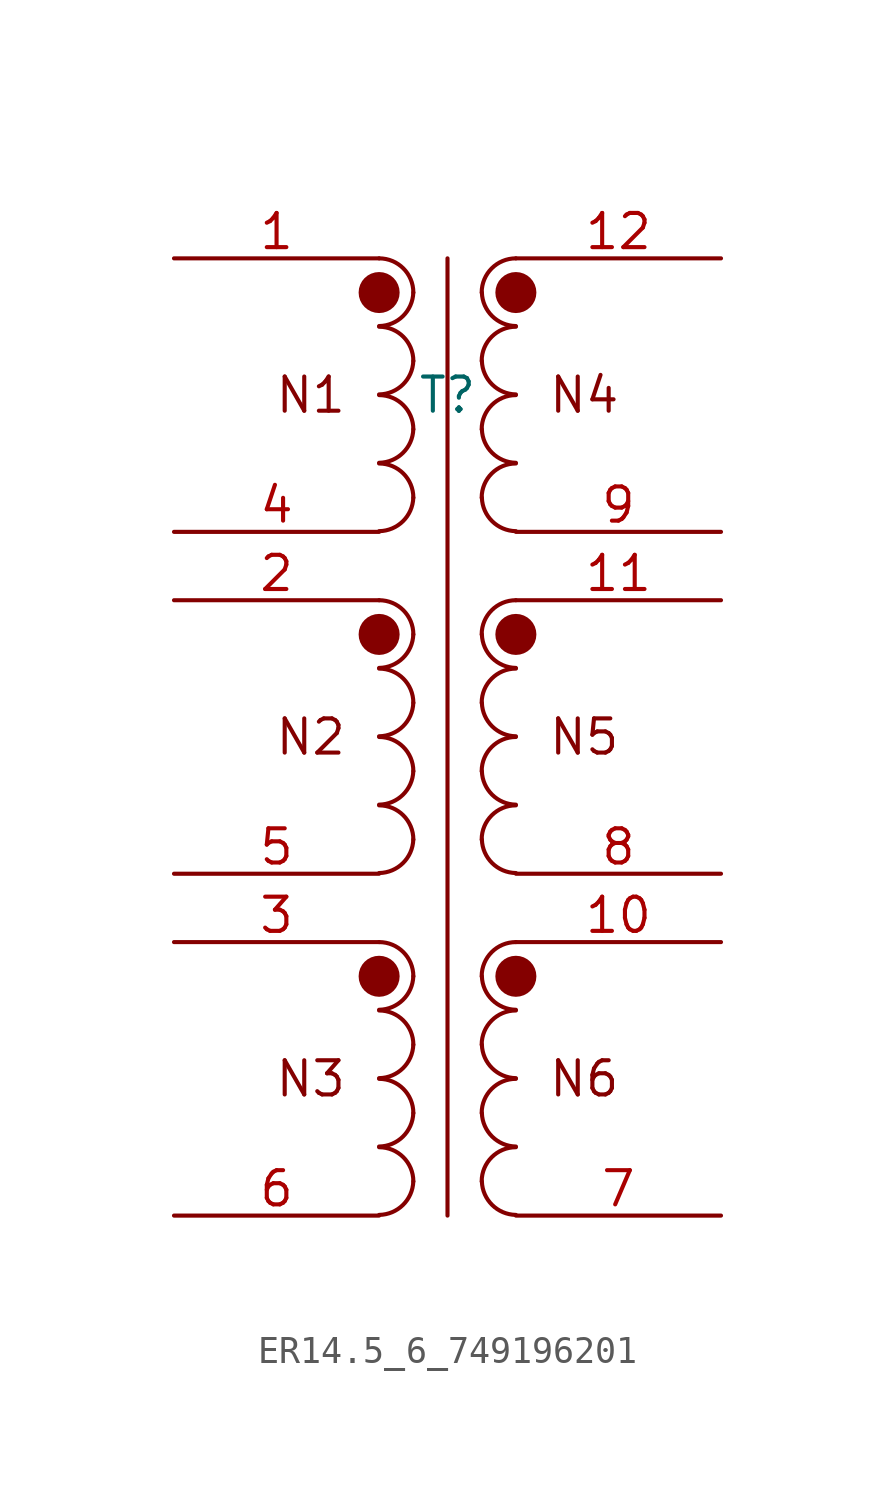
<source format=kicad_sym>
(kicad_symbol_lib
  (version 20220914)
  (generator kicad_symbol_editor)
  (symbol "ER14.5_6_749196201"
    (pin_names hide)
    (property "Reference" "T"
      (at 0 12.7 0)
      (effects (font (size 1.27 1.27))))
    (property "Critical Parameter" ""
      (at 0 -5.08 0)
      (effects (font (size 1.27 1.27)) (justify left)))
    (symbol "ER14.5_6_749196201_0_1"
      (arc (start -2.54 -17.7546) (mid -1.6561 -17.3863) (end -1.27 -16.51) (stroke (width 0) (type default)) (fill (type none)))
      (arc (start -2.54 -15.2146) (mid -1.6561 -14.8463) (end -1.27 -13.97) (stroke (width 0) (type default)) (fill (type none)))
      (arc (start -2.54 -12.6746) (mid -1.6561 -12.3063) (end -1.27 -11.43) (stroke (width 0) (type default)) (fill (type none)))
      (arc (start -2.54 -10.1346) (mid -1.6561 -9.7663) (end -1.27 -8.89) (stroke (width 0) (type default)) (fill (type none)))
      (arc (start -2.54 -5.0546) (mid -1.6561 -4.6863) (end -1.27 -3.81) (stroke (width 0) (type default)) (fill (type none)))
      (arc (start -2.54 -2.5146) (mid -1.6561 -2.1463) (end -1.27 -1.27) (stroke (width 0) (type default)) (fill (type none)))
      (arc (start -2.54 0.0254) (mid -1.6561 0.3937) (end -1.27 1.27) (stroke (width 0) (type default)) (fill (type none)))
      (arc (start -2.54 2.5654) (mid -1.6561 2.9337) (end -1.27 3.81) (stroke (width 0) (type default)) (fill (type none)))
      (arc (start -2.54 7.6454) (mid -1.6561 8.0137) (end -1.27 8.89) (stroke (width 0) (type default)) (fill (type none)))
      (arc (start -2.54 10.1854) (mid -1.6561 10.5537) (end -1.27 11.43) (stroke (width 0) (type default)) (fill (type none)))
      (arc (start -2.54 12.7254) (mid -1.6561 13.0937) (end -1.27 13.97) (stroke (width 0) (type default)) (fill (type none)))
      (arc (start -2.54 15.2654) (mid -1.6561 15.6337) (end -1.27 16.51) (stroke (width 0) (type default)) (fill (type none)))
      (arc (start -1.27 -16.51) (mid -1.642 -15.612) (end -2.54 -15.24) (stroke (width 0) (type default)) (fill (type none)))
      (arc (start -1.27 -13.97) (mid -1.642 -13.072) (end -2.54 -12.7) (stroke (width 0) (type default)) (fill (type none)))
      (arc (start -1.27 -11.43) (mid -1.642 -10.532) (end -2.54 -10.16) (stroke (width 0) (type default)) (fill (type none)))
      (arc (start -1.27 -8.89) (mid -1.642 -7.992) (end -2.54 -7.62) (stroke (width 0) (type default)) (fill (type none)))
      (arc (start -1.27 -3.81) (mid -1.642 -2.912) (end -2.54 -2.54) (stroke (width 0) (type default)) (fill (type none)))
      (arc (start -1.27 -1.27) (mid -1.642 -0.372) (end -2.54 0) (stroke (width 0) (type default)) (fill (type none)))
      (arc (start -1.27 1.27) (mid -1.642 2.168) (end -2.54 2.54) (stroke (width 0) (type default)) (fill (type none)))
      (arc (start -1.27 3.81) (mid -1.642 4.708) (end -2.54 5.08) (stroke (width 0) (type default)) (fill (type none)))
      (arc (start -1.27 8.89) (mid -1.642 9.788) (end -2.54 10.16) (stroke (width 0) (type default)) (fill (type none)))
      (arc (start -1.27 11.43) (mid -1.642 12.328) (end -2.54 12.7) (stroke (width 0) (type default)) (fill (type none)))
      (arc (start -1.27 13.97) (mid -1.642 14.868) (end -2.54 15.24) (stroke (width 0) (type default)) (fill (type none)))
      (arc (start -1.27 16.51) (mid -1.642 17.408) (end -2.54 17.78) (stroke (width 0) (type default)) (fill (type none)))
      (polyline (pts (xy 0 -17.78) (xy 0 17.78)) (stroke (width 0) (type default)) (fill (type none)))
      (arc (start 1.27 -16.51) (mid 1.6561 -17.3863) (end 2.54 -17.7546) (stroke (width 0) (type default)) (fill (type none)))
      (arc (start 1.27 -13.97) (mid 1.6561 -14.8463) (end 2.54 -15.2146) (stroke (width 0) (type default)) (fill (type none)))
      (arc (start 1.27 -11.43) (mid 1.6561 -12.3063) (end 2.54 -12.6746) (stroke (width 0) (type default)) (fill (type none)))
      (arc (start 1.27 -8.89) (mid 1.6561 -9.7663) (end 2.54 -10.1346) (stroke (width 0) (type default)) (fill (type none)))
      (arc (start 1.27 -3.81) (mid 1.6561 -4.6863) (end 2.54 -5.0546) (stroke (width 0) (type default)) (fill (type none)))
      (arc (start 1.27 -1.27) (mid 1.6561 -2.1463) (end 2.54 -2.5146) (stroke (width 0) (type default)) (fill (type none)))
      (arc (start 1.27 1.27) (mid 1.6561 0.3937) (end 2.54 0.0254) (stroke (width 0) (type default)) (fill (type none)))
      (arc (start 1.27 3.81) (mid 1.6561 2.9337) (end 2.54 2.5654) (stroke (width 0) (type default)) (fill (type none)))
      (arc (start 1.27 8.89) (mid 1.6561 8.0137) (end 2.54 7.6454) (stroke (width 0) (type default)) (fill (type none)))
      (arc (start 1.27 11.43) (mid 1.6561 10.5537) (end 2.54 10.1854) (stroke (width 0) (type default)) (fill (type none)))
      (arc (start 1.27 13.97) (mid 1.6561 13.0937) (end 2.54 12.7254) (stroke (width 0) (type default)) (fill (type none)))
      (arc (start 1.27 16.51) (mid 1.6561 15.6337) (end 2.54 15.2654) (stroke (width 0) (type default)) (fill (type none)))
      (arc (start 2.54 -15.24) (mid 1.642 -15.612) (end 1.27 -16.51) (stroke (width 0) (type default)) (fill (type none)))
      (arc (start 2.54 -12.7) (mid 1.642 -13.072) (end 1.27 -13.97) (stroke (width 0) (type default)) (fill (type none)))
      (arc (start 2.54 -10.16) (mid 1.642 -10.532) (end 1.27 -11.43) (stroke (width 0) (type default)) (fill (type none)))
      (arc (start 2.54 -7.62) (mid 1.642 -7.992) (end 1.27 -8.89) (stroke (width 0) (type default)) (fill (type none)))
      (arc (start 2.54 -2.54) (mid 1.642 -2.912) (end 1.27 -3.81) (stroke (width 0) (type default)) (fill (type none)))
      (arc (start 2.54 0) (mid 1.642 -0.372) (end 1.27 -1.27) (stroke (width 0) (type default)) (fill (type none)))
      (arc (start 2.54 2.54) (mid 1.642 2.168) (end 1.27 1.27) (stroke (width 0) (type default)) (fill (type none)))
      (arc (start 2.54 5.08) (mid 1.642 4.708) (end 1.27 3.81) (stroke (width 0) (type default)) (fill (type none)))
      (arc (start 2.54 10.16) (mid 1.642 9.788) (end 1.27 8.89) (stroke (width 0) (type default)) (fill (type none)))
      (arc (start 2.54 12.7) (mid 1.642 12.328) (end 1.27 11.43) (stroke (width 0) (type default)) (fill (type none)))
      (arc (start 2.54 15.24) (mid 1.642 14.868) (end 1.27 13.97) (stroke (width 0) (type default)) (fill (type none)))
      (arc (start 2.54 17.78) (mid 1.642 17.408) (end 1.27 16.51) (stroke (width 0) (type default)) (fill (type none))))
    (symbol "ER14.5_6_749196201_1_1"
      (circle (center -2.54 -8.89) (radius 0.0001) (stroke (width 0.762) (type default)) (fill (type none)))
      (circle (center -2.54 3.81) (radius 0.0001) (stroke (width 0.762) (type default)) (fill (type none)))
      (circle (center -2.54 16.51) (radius 0.0001) (stroke (width 0.762) (type default)) (fill (type none)))
      (circle (center 2.54 -8.89) (radius 0.0001) (stroke (width 0.762) (type default)) (fill (type none)))
      (circle (center 2.54 3.81) (radius 0.0001) (stroke (width 0.762) (type default)) (fill (type none)))
      (circle (center 2.54 16.51) (radius 0.0001) (stroke (width 0.762) (type default)) (fill (type none)))
      (text "N1" (at -5.08 12.7 0) (effects (font (size 1.27 1.27))))
      (text "N2" (at -5.08 0 0) (effects (font (size 1.27 1.27))))
      (text "N3" (at -5.08 -12.7 0) (effects (font (size 1.27 1.27))))
      (text "N4" (at 5.08 12.7 0) (effects (font (size 1.27 1.27))))
      (text "N5" (at 5.08 0 0) (effects (font (size 1.27 1.27))))
      (text "N6" (at 5.08 -12.7 0) (effects (font (size 1.27 1.27))))
      (pin passive line (at -10.16 17.78 0) (length 7.62) (name "1" (effects (font (size 1.27 1.27)))) (number "1" (effects (font (size 1.27 1.27)))))
      (pin passive line (at -10.16 7.62 0) (length 7.62) (name "4" (effects (font (size 1.27 1.27)))) (number "4" (effects (font (size 1.27 1.27)))))
      (pin passive line (at -10.16 5.08 0) (length 7.62) (name "2" (effects (font (size 1.27 1.27)))) (number "2" (effects (font (size 1.27 1.27)))))
      (pin passive line (at -10.16 -5.08 0) (length 7.62) (name "5" (effects (font (size 1.27 1.27)))) (number "5" (effects (font (size 1.27 1.27)))))
      (pin passive line (at -10.16 -7.62 0) (length 7.62) (name "3" (effects (font (size 1.27 1.27)))) (number "3" (effects (font (size 1.27 1.27)))))
      (pin passive line (at -10.16 -17.78 0) (length 7.62) (name "6" (effects (font (size 1.27 1.27)))) (number "6" (effects (font (size 1.27 1.27)))))
      (pin passive line (at 10.16 -17.78 180) (length 7.62) (name "7" (effects (font (size 1.27 1.27)))) (number "7" (effects (font (size 1.27 1.27)))))
      (pin passive line (at 10.16 -7.62 180) (length 7.62) (name "10" (effects (font (size 1.27 1.27)))) (number "10" (effects (font (size 1.27 1.27)))))
      (pin passive line (at 10.16 -5.08 180) (length 7.62) (name "8" (effects (font (size 1.27 1.27)))) (number "8" (effects (font (size 1.27 1.27)))))
      (pin passive line (at 10.16 5.08 180) (length 7.62) (name "11" (effects (font (size 1.27 1.27)))) (number "11" (effects (font (size 1.27 1.27)))))
      (pin passive line (at 10.16 7.62 180) (length 7.62) (name "9" (effects (font (size 1.27 1.27)))) (number "9" (effects (font (size 1.27 1.27)))))
      (pin passive line (at 10.16 17.78 180) (length 7.62) (name "12" (effects (font (size 1.27 1.27)))) (number "12" (effects (font (size 1.27 1.27))))))))
</source>
